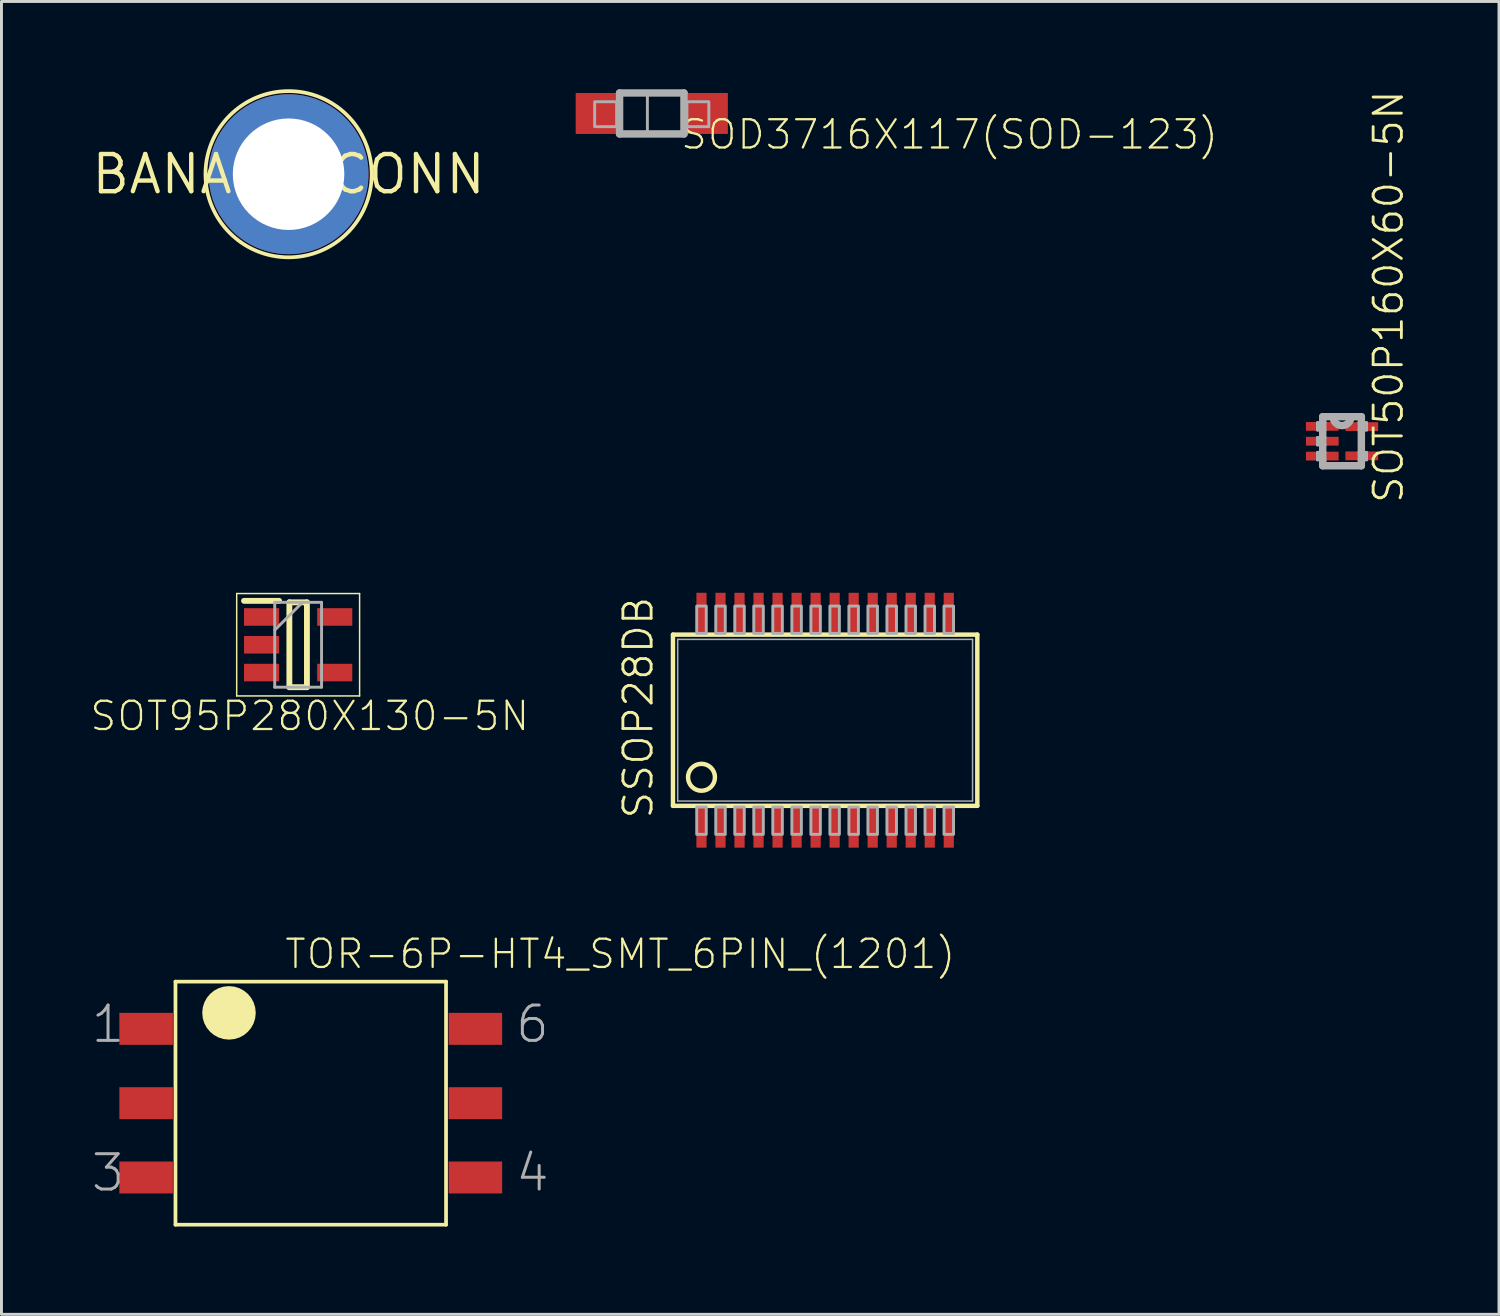
<source format=kicad_pcb>
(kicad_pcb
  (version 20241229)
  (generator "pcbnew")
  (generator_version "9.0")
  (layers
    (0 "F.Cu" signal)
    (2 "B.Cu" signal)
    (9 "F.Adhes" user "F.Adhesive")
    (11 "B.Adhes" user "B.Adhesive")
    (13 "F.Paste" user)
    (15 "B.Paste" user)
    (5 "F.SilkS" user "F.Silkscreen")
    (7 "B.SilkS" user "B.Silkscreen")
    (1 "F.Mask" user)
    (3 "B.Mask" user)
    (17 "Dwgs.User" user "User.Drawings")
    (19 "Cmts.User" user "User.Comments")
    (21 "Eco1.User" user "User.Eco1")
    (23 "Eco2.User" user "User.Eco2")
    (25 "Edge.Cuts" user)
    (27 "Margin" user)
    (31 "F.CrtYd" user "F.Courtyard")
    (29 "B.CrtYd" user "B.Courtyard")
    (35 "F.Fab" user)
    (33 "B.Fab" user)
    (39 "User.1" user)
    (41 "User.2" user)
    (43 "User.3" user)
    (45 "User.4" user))
  (footprint "TOR-6P-HT4_SMT_6PIN_(1201)"
    (layer "F.Cu")
    (at 7.569 34.647)
    (property "Reference" "TOR-6P-HT4_SMT_6PIN_(1201)" (at -0.94 -4.534 0) (layer "F.SilkS") (effects (font (size 0.965 0.965) (thickness 0.077)) (justify left bottom)))
    (attr through_hole)
    (fp_line (start -4.623 -4.153) (end -4.623 4.153) (stroke (width 0.127) (type solid)) (layer "F.SilkS"))
    (fp_line (start -4.623 -4.153) (end 4.623 -4.153) (stroke (width 0.127) (type solid)) (layer "F.SilkS"))
    (fp_line (start -4.623 4.153) (end 4.623 4.153) (stroke (width 0.127) (type solid)) (layer "F.SilkS"))
    (fp_line (start 4.623 -4.153) (end 4.623 4.153) (stroke (width 0.127) (type solid)) (layer "F.SilkS"))
    (fp_circle (center -2.794 -3.086) (end -2.337 -3.086) (stroke (width 0.914) (type solid)) (fill no) (layer "F.SilkS"))
    (fp_text user "6" (at 6.934 -1.994 0) (layer "F.Fab") (effects (font (size 1.206 1.206) (thickness 0.102)) (justify left bottom)))
    (fp_text user "4" (at 6.934 3.086 0) (layer "F.Fab") (effects (font (size 1.206 1.206) (thickness 0.102)) (justify left bottom)))
    (fp_text user "3" (at -7.569 3.086 0) (layer "F.Fab") (effects (font (size 1.206 1.206) (thickness 0.102)) (justify left bottom)))
    (fp_text user "1" (at -7.569 -1.994 0) (layer "F.Fab") (effects (font (size 1.206 1.206) (thickness 0.102)) (justify left bottom)))
    (pad "1" smd rect (at -5.626 -2.54) (size 1.829 1.092) (layers "F.Cu" "F.Mask" "F.Paste"))
    (pad "2" smd rect (at -5.626 0) (size 1.829 1.092) (layers "F.Cu" "F.Mask" "F.Paste"))
    (pad "3" smd rect (at -5.626 2.54) (size 1.829 1.092) (layers "F.Cu" "F.Mask" "F.Paste"))
    (pad "4" smd rect (at 5.626 2.54) (size 1.829 1.092) (layers "F.Cu" "F.Mask" "F.Paste"))
    (pad "5" smd rect (at 5.626 0) (size 1.829 1.092) (layers "F.Cu" "F.Mask" "F.Paste"))
    (pad "6" smd rect (at 5.626 -2.54) (size 1.829 1.092) (layers "F.Cu" "F.Mask" "F.Paste")))
  (footprint "SOD3716X117(SOD-123)"
    (layer "F.Cu")
    (at 19.222 0.878)
    (property "Reference" "SOD3716X117(SOD-123)" (at 0.93 1.233 180) (layer "F.SilkS") (effects (font (size 0.965 0.965) (thickness 0.077)) (justify left bottom)))
    (attr through_hole)
    (fp_line (start -1.1 -0.751) (end 1.1 -0.751) (stroke (width 0.254) (type solid)) (layer "F.Fab"))
    (fp_line (start -1.1 0.649) (end -1.1 -0.751) (stroke (width 0.254) (type solid)) (layer "F.Fab"))
    (fp_line (start 1.1 -0.751) (end 1.1 0.649) (stroke (width 0.254) (type solid)) (layer "F.Fab"))
    (fp_line (start 1.1 0.649) (end -1.1 0.649) (stroke (width 0.254) (type solid)) (layer "F.Fab"))
    (fp_poly (pts (xy -1.952 0.4) (xy -1.2 0.4) (xy -1.2 -0.451) (xy -1.952 -0.451)) (stroke (width 0.1) (type solid)) (fill no) (layer "F.Fab"))
    (fp_poly (pts (xy -1.05 0.599) (xy -0.15 0.599) (xy -0.15 -0.751) (xy -1.05 -0.751)) (stroke (width 0.1) (type solid)) (fill no) (layer "F.Fab"))
    (fp_poly (pts (xy 1.201 0.4) (xy 1.95 0.4) (xy 1.95 -0.451) (xy 1.201 -0.451)) (stroke (width 0.1) (type solid)) (fill no) (layer "F.Fab"))
    (pad "1" smd rect (at -1.9 -0.051) (size 1.4 1.4) (layers "F.Cu" "F.Mask" "F.Paste"))
    (pad "2" smd rect (at 1.9 -0.051) (size 1.4 1.4) (layers "F.Cu" "F.Mask" "F.Paste")))
  (footprint "SSOP28DB"
    (layer "F.Cu")
    (at 25.146 21.561)
    (property "Reference" "SSOP28DB" (at -5.823 3.426 90) (layer "F.SilkS") (effects (font (size 0.965 0.965) (thickness 0.097)) (justify left bottom)))
    (attr through_hole)
    (fp_line (start -5.2 -2.925) (end 5.2 -2.925) (stroke (width 0.152) (type solid)) (layer "F.SilkS"))
    (fp_line (start -5.2 2.925) (end -5.2 -2.925) (stroke (width 0.152) (type solid)) (layer "F.SilkS"))
    (fp_line (start 5.2 -2.925) (end 5.2 2.925) (stroke (width 0.152) (type solid)) (layer "F.SilkS"))
    (fp_line (start 5.2 2.925) (end -5.2 2.925) (stroke (width 0.152) (type solid)) (layer "F.SilkS"))
    (fp_circle (center -4.225 1.95) (end -3.765 1.95) (stroke (width 0.152) (type solid)) (fill no) (layer "F.SilkS"))
    (fp_line (start -5.038 -2.763) (end 5.038 -2.763) (stroke (width 0.051) (type solid)) (layer "F.Fab"))
    (fp_line (start -5.038 2.763) (end -5.038 -2.763) (stroke (width 0.051) (type solid)) (layer "F.Fab"))
    (fp_line (start 5.038 -2.763) (end 5.038 2.763) (stroke (width 0.051) (type solid)) (layer "F.Fab"))
    (fp_line (start 5.038 2.763) (end -5.038 2.763) (stroke (width 0.051) (type solid)) (layer "F.Fab"))
    (fp_poly (pts (xy -4.388 -2.966) (xy -4.062 -2.966) (xy -4.062 -3.9) (xy -4.388 -3.9)) (stroke (width 0.1) (type solid)) (fill no) (layer "F.Fab"))
    (fp_poly (pts (xy -4.388 3.9) (xy -4.062 3.9) (xy -4.062 2.966) (xy -4.388 2.966)) (stroke (width 0.1) (type solid)) (fill no) (layer "F.Fab"))
    (fp_poly (pts (xy -3.737 -2.966) (xy -3.413 -2.966) (xy -3.413 -3.9) (xy -3.737 -3.9)) (stroke (width 0.1) (type solid)) (fill no) (layer "F.Fab"))
    (fp_poly (pts (xy -3.737 3.9) (xy -3.413 3.9) (xy -3.413 2.966) (xy -3.737 2.966)) (stroke (width 0.1) (type solid)) (fill no) (layer "F.Fab"))
    (fp_poly (pts (xy -3.087 -2.966) (xy -2.763 -2.966) (xy -2.763 -3.9) (xy -3.087 -3.9)) (stroke (width 0.1) (type solid)) (fill no) (layer "F.Fab"))
    (fp_poly (pts (xy -3.087 3.9) (xy -2.763 3.9) (xy -2.763 2.966) (xy -3.087 2.966)) (stroke (width 0.1) (type solid)) (fill no) (layer "F.Fab"))
    (fp_poly (pts (xy -2.438 -2.966) (xy -2.112 -2.966) (xy -2.112 -3.9) (xy -2.438 -3.9)) (stroke (width 0.1) (type solid)) (fill no) (layer "F.Fab"))
    (fp_poly (pts (xy -2.438 3.9) (xy -2.112 3.9) (xy -2.112 2.966) (xy -2.438 2.966)) (stroke (width 0.1) (type solid)) (fill no) (layer "F.Fab"))
    (fp_poly (pts (xy -1.788 -2.966) (xy -1.462 -2.966) (xy -1.462 -3.9) (xy -1.788 -3.9)) (stroke (width 0.1) (type solid)) (fill no) (layer "F.Fab"))
    (fp_poly (pts (xy -1.788 3.9) (xy -1.462 3.9) (xy -1.462 2.966) (xy -1.788 2.966)) (stroke (width 0.1) (type solid)) (fill no) (layer "F.Fab"))
    (fp_poly (pts (xy -1.137 -2.966) (xy -0.812 -2.966) (xy -0.812 -3.9) (xy -1.137 -3.9)) (stroke (width 0.1) (type solid)) (fill no) (layer "F.Fab"))
    (fp_poly (pts (xy -1.137 3.9) (xy -0.812 3.9) (xy -0.812 2.966) (xy -1.137 2.966)) (stroke (width 0.1) (type solid)) (fill no) (layer "F.Fab"))
    (fp_poly (pts (xy -0.487 -2.966) (xy -0.163 -2.966) (xy -0.163 -3.9) (xy -0.487 -3.9)) (stroke (width 0.1) (type solid)) (fill no) (layer "F.Fab"))
    (fp_poly (pts (xy -0.487 3.9) (xy -0.163 3.9) (xy -0.163 2.966) (xy -0.487 2.966)) (stroke (width 0.1) (type solid)) (fill no) (layer "F.Fab"))
    (fp_poly (pts (xy 0.163 -2.966) (xy 0.487 -2.966) (xy 0.487 -3.9) (xy 0.163 -3.9)) (stroke (width 0.1) (type solid)) (fill no) (layer "F.Fab"))
    (fp_poly (pts (xy 0.163 3.9) (xy 0.487 3.9) (xy 0.487 2.966) (xy 0.163 2.966)) (stroke (width 0.1) (type solid)) (fill no) (layer "F.Fab"))
    (fp_poly (pts (xy 0.812 -2.966) (xy 1.137 -2.966) (xy 1.137 -3.9) (xy 0.812 -3.9)) (stroke (width 0.1) (type solid)) (fill no) (layer "F.Fab"))
    (fp_poly (pts (xy 0.812 3.9) (xy 1.137 3.9) (xy 1.137 2.966) (xy 0.812 2.966)) (stroke (width 0.1) (type solid)) (fill no) (layer "F.Fab"))
    (fp_poly (pts (xy 1.462 -2.966) (xy 1.788 -2.966) (xy 1.788 -3.9) (xy 1.462 -3.9)) (stroke (width 0.1) (type solid)) (fill no) (layer "F.Fab"))
    (fp_poly (pts (xy 1.462 3.9) (xy 1.788 3.9) (xy 1.788 2.966) (xy 1.462 2.966)) (stroke (width 0.1) (type solid)) (fill no) (layer "F.Fab"))
    (fp_poly (pts (xy 2.112 -2.966) (xy 2.438 -2.966) (xy 2.438 -3.9) (xy 2.112 -3.9)) (stroke (width 0.1) (type solid)) (fill no) (layer "F.Fab"))
    (fp_poly (pts (xy 2.112 3.9) (xy 2.438 3.9) (xy 2.438 2.966) (xy 2.112 2.966)) (stroke (width 0.1) (type solid)) (fill no) (layer "F.Fab"))
    (fp_poly (pts (xy 2.763 -2.966) (xy 3.087 -2.966) (xy 3.087 -3.9) (xy 2.763 -3.9)) (stroke (width 0.1) (type solid)) (fill no) (layer "F.Fab"))
    (fp_poly (pts (xy 2.763 3.9) (xy 3.087 3.9) (xy 3.087 2.966) (xy 2.763 2.966)) (stroke (width 0.1) (type solid)) (fill no) (layer "F.Fab"))
    (fp_poly (pts (xy 3.413 -2.966) (xy 3.737 -2.966) (xy 3.737 -3.9) (xy 3.413 -3.9)) (stroke (width 0.1) (type solid)) (fill no) (layer "F.Fab"))
    (fp_poly (pts (xy 3.413 3.9) (xy 3.737 3.9) (xy 3.737 2.966) (xy 3.413 2.966)) (stroke (width 0.1) (type solid)) (fill no) (layer "F.Fab"))
    (fp_poly (pts (xy 4.062 -2.966) (xy 4.388 -2.966) (xy 4.388 -3.9) (xy 4.062 -3.9)) (stroke (width 0.1) (type solid)) (fill no) (layer "F.Fab"))
    (fp_poly (pts (xy 4.062 3.9) (xy 4.388 3.9) (xy 4.388 2.966) (xy 4.062 2.966)) (stroke (width 0.1) (type solid)) (fill no) (layer "F.Fab"))
    (pad "1" smd rect (at -4.225 3.656) (size 0.348 1.397) (layers "F.Cu" "F.Mask" "F.Paste"))
    (pad "2" smd rect (at -3.575 3.656) (size 0.348 1.397) (layers "F.Cu" "F.Mask" "F.Paste"))
    (pad "3" smd rect (at -2.925 3.656) (size 0.348 1.397) (layers "F.Cu" "F.Mask" "F.Paste"))
    (pad "4" smd rect (at -2.275 3.656) (size 0.348 1.397) (layers "F.Cu" "F.Mask" "F.Paste"))
    (pad "5" smd rect (at -1.625 3.656) (size 0.348 1.397) (layers "F.Cu" "F.Mask" "F.Paste"))
    (pad "6" smd rect (at -0.975 3.656) (size 0.348 1.397) (layers "F.Cu" "F.Mask" "F.Paste"))
    (pad "7" smd rect (at -0.325 3.656) (size 0.348 1.397) (layers "F.Cu" "F.Mask" "F.Paste"))
    (pad "8" smd rect (at 0.325 3.656) (size 0.348 1.397) (layers "F.Cu" "F.Mask" "F.Paste"))
    (pad "9" smd rect (at 0.975 3.656) (size 0.348 1.397) (layers "F.Cu" "F.Mask" "F.Paste"))
    (pad "10" smd rect (at 1.625 3.656) (size 0.348 1.397) (layers "F.Cu" "F.Mask" "F.Paste"))
    (pad "11" smd rect (at 2.275 3.656) (size 0.348 1.397) (layers "F.Cu" "F.Mask" "F.Paste"))
    (pad "12" smd rect (at 2.925 3.656) (size 0.348 1.397) (layers "F.Cu" "F.Mask" "F.Paste"))
    (pad "13" smd rect (at 3.575 3.656) (size 0.348 1.397) (layers "F.Cu" "F.Mask" "F.Paste"))
    (pad "14" smd rect (at 4.225 3.656) (size 0.348 1.397) (layers "F.Cu" "F.Mask" "F.Paste"))
    (pad "15" smd rect (at 4.225 -3.656) (size 0.348 1.397) (layers "F.Cu" "F.Mask" "F.Paste"))
    (pad "16" smd rect (at 3.575 -3.656) (size 0.348 1.397) (layers "F.Cu" "F.Mask" "F.Paste"))
    (pad "17" smd rect (at 2.925 -3.656) (size 0.348 1.397) (layers "F.Cu" "F.Mask" "F.Paste"))
    (pad "18" smd rect (at 2.275 -3.656) (size 0.348 1.397) (layers "F.Cu" "F.Mask" "F.Paste"))
    (pad "19" smd rect (at 1.625 -3.656) (size 0.348 1.397) (layers "F.Cu" "F.Mask" "F.Paste"))
    (pad "20" smd rect (at 0.975 -3.656) (size 0.348 1.397) (layers "F.Cu" "F.Mask" "F.Paste"))
    (pad "21" smd rect (at 0.325 -3.656) (size 0.348 1.397) (layers "F.Cu" "F.Mask" "F.Paste"))
    (pad "22" smd rect (at -0.325 -3.656) (size 0.348 1.397) (layers "F.Cu" "F.Mask" "F.Paste"))
    (pad "23" smd rect (at -0.975 -3.656) (size 0.348 1.397) (layers "F.Cu" "F.Mask" "F.Paste"))
    (pad "24" smd rect (at -1.625 -3.656) (size 0.348 1.397) (layers "F.Cu" "F.Mask" "F.Paste"))
    (pad "25" smd rect (at -2.275 -3.656) (size 0.348 1.397) (layers "F.Cu" "F.Mask" "F.Paste"))
    (pad "26" smd rect (at -2.925 -3.656) (size 0.348 1.397) (layers "F.Cu" "F.Mask" "F.Paste"))
    (pad "27" smd rect (at -3.575 -3.656) (size 0.348 1.397) (layers "F.Cu" "F.Mask" "F.Paste"))
    (pad "28" smd rect (at -4.225 -3.656) (size 0.348 1.397) (layers "F.Cu" "F.Mask" "F.Paste")))
  (footprint "BANANA_CONN"
    (layer "F.Cu")
    (at 6.811 2.903)
    (property "Reference" "BANANA_CONN" (at 0 0 0) (layer "F.SilkS") (effects (font (size 1.27 1.27) (thickness 0.15))))
    (attr through_hole)
    (fp_circle (center 0 0) (end 2.84 0) (stroke (width 0.127) (type solid)) (fill no) (layer "F.SilkS"))
    (pad "P$1" thru_hole circle (at 0 0) (size 5.461 5.461) (drill 3.81) (layers "*.Cu" "*.Mask")))
  (footprint "SOT95P280X130-5N"
    (layer "F.Cu")
    (at 7.138 18.982)
    (property "Reference" "SOT95P280X130-5N" (at 0.396 2.436 0) (layer "F.SilkS") (effects (font (size 0.965 0.965) (thickness 0.077))))
    (attr through_hole)
    (fp_line (start -2.1 -1.75) (end 2.1 -1.75) (stroke (width 0.05) (type solid)) (layer "F.SilkS"))
    (fp_line (start -2.1 1.75) (end -2.1 -1.75) (stroke (width 0.05) (type solid)) (layer "F.SilkS"))
    (fp_line (start -1.85 -1.5) (end -0.65 -1.5) (stroke (width 0.2) (type solid)) (layer "F.SilkS"))
    (fp_line (start -0.3 -1.45) (end 0.3 -1.45) (stroke (width 0.2) (type solid)) (layer "F.SilkS"))
    (fp_line (start -0.3 1.45) (end -0.3 -1.45) (stroke (width 0.2) (type solid)) (layer "F.SilkS"))
    (fp_line (start 0.3 -1.45) (end 0.3 1.45) (stroke (width 0.2) (type solid)) (layer "F.SilkS"))
    (fp_line (start 0.3 1.45) (end -0.3 1.45) (stroke (width 0.2) (type solid)) (layer "F.SilkS"))
    (fp_line (start 2.1 -1.75) (end 2.1 1.75) (stroke (width 0.05) (type solid)) (layer "F.SilkS"))
    (fp_line (start 2.1 1.75) (end -2.1 1.75) (stroke (width 0.05) (type solid)) (layer "F.SilkS"))
    (fp_line (start -0.8 -1.45) (end 0.8 -1.45) (stroke (width 0.1) (type solid)) (layer "F.Fab"))
    (fp_line (start -0.8 -0.5) (end 0.15 -1.45) (stroke (width 0.1) (type solid)) (layer "F.Fab"))
    (fp_line (start -0.8 1.45) (end -0.8 -1.45) (stroke (width 0.1) (type solid)) (layer "F.Fab"))
    (fp_line (start 0.8 -1.45) (end 0.8 1.45) (stroke (width 0.1) (type solid)) (layer "F.Fab"))
    (fp_line (start 0.8 1.45) (end -0.8 1.45) (stroke (width 0.1) (type solid)) (layer "F.Fab"))
    (pad "1" smd rect (at -1.25 -0.95) (size 1.2 0.6) (layers "F.Cu" "F.Mask" "F.Paste"))
    (pad "2" smd rect (at -1.25 0) (size 1.2 0.6) (layers "F.Cu" "F.Mask" "F.Paste"))
    (pad "3" smd rect (at -1.25 0.95) (size 1.2 0.6) (layers "F.Cu" "F.Mask" "F.Paste"))
    (pad "4" smd rect (at 1.25 0.95) (size 1.2 0.6) (layers "F.Cu" "F.Mask" "F.Paste"))
    (pad "5" smd rect (at 1.25 -0.95) (size 1.2 0.6) (layers "F.Cu" "F.Mask" "F.Paste")))
  (footprint "SOT50P160X60-5N"
    (layer "F.Cu")
    (at 42.809 12.027)
    (property "Reference" "SOT50P160X60-5N" (at 2.151 2.18 90) (layer "F.SilkS") (effects (font (size 0.965 0.965) (thickness 0.097)) (justify left bottom)))
    (attr through_hole)
    (fp_line (start -0.838 -0.635) (end -0.838 -0.381) (stroke (width 0.1) (type solid)) (layer "F.Fab"))
    (fp_line (start -0.838 -0.381) (end -0.66 -0.381) (stroke (width 0.1) (type solid)) (layer "F.Fab"))
    (fp_line (start -0.838 -0.127) (end -0.838 0.127) (stroke (width 0.1) (type solid)) (layer "F.Fab"))
    (fp_line (start -0.838 0.127) (end -0.66 0.127) (stroke (width 0.1) (type solid)) (layer "F.Fab"))
    (fp_line (start -0.838 0.381) (end -0.838 0.635) (stroke (width 0.1) (type solid)) (layer "F.Fab"))
    (fp_line (start -0.838 0.635) (end -0.66 0.635) (stroke (width 0.1) (type solid)) (layer "F.Fab"))
    (fp_line (start -0.66 -0.838) (end -0.66 -0.635) (stroke (width 0.254) (type solid)) (layer "F.Fab"))
    (fp_line (start -0.66 -0.635) (end -0.838 -0.635) (stroke (width 0.1) (type solid)) (layer "F.Fab"))
    (fp_line (start -0.66 -0.635) (end -0.66 -0.381) (stroke (width 0.254) (type solid)) (layer "F.Fab"))
    (fp_line (start -0.66 -0.381) (end -0.66 -0.127) (stroke (width 0.254) (type solid)) (layer "F.Fab"))
    (fp_line (start -0.66 -0.127) (end -0.838 -0.127) (stroke (width 0.1) (type solid)) (layer "F.Fab"))
    (fp_line (start -0.66 -0.127) (end -0.66 0.127) (stroke (width 0.254) (type solid)) (layer "F.Fab"))
    (fp_line (start -0.66 0.127) (end -0.66 0.381) (stroke (width 0.254) (type solid)) (layer "F.Fab"))
    (fp_line (start -0.66 0.381) (end -0.838 0.381) (stroke (width 0.1) (type solid)) (layer "F.Fab"))
    (fp_line (start -0.66 0.635) (end -0.66 0.381) (stroke (width 0.254) (type solid)) (layer "F.Fab"))
    (fp_line (start -0.66 0.838) (end -0.66 0.635) (stroke (width 0.254) (type solid)) (layer "F.Fab"))
    (fp_line (start -0.66 0.838) (end 0.66 0.838) (stroke (width 0.254) (type solid)) (layer "F.Fab"))
    (fp_line (start -0.305 -0.838) (end -0.66 -0.838) (stroke (width 0.254) (type solid)) (layer "F.Fab"))
    (fp_line (start 0.305 -0.838) (end -0.305 -0.838) (stroke (width 0.254) (type solid)) (layer "F.Fab"))
    (fp_line (start 0.66 -0.838) (end 0.305 -0.838) (stroke (width 0.254) (type solid)) (layer "F.Fab"))
    (fp_line (start 0.66 -0.838) (end 0.66 -0.635) (stroke (width 0.254) (type solid)) (layer "F.Fab"))
    (fp_line (start 0.66 -0.635) (end 0.66 -0.381) (stroke (width 0.254) (type solid)) (layer "F.Fab"))
    (fp_line (start 0.66 -0.381) (end 0.838 -0.381) (stroke (width 0.1) (type solid)) (layer "F.Fab"))
    (fp_line (start 0.66 0.381) (end 0.66 -0.381) (stroke (width 0.254) (type solid)) (layer "F.Fab"))
    (fp_line (start 0.66 0.635) (end 0.66 0.381) (stroke (width 0.254) (type solid)) (layer "F.Fab"))
    (fp_line (start 0.66 0.635) (end 0.838 0.635) (stroke (width 0.1) (type solid)) (layer "F.Fab"))
    (fp_line (start 0.66 0.838) (end 0.66 0.635) (stroke (width 0.254) (type solid)) (layer "F.Fab"))
    (fp_line (start 0.838 -0.635) (end 0.66 -0.635) (stroke (width 0.1) (type solid)) (layer "F.Fab"))
    (fp_line (start 0.838 -0.381) (end 0.838 -0.635) (stroke (width 0.1) (type solid)) (layer "F.Fab"))
    (fp_line (start 0.838 0.381) (end 0.66 0.381) (stroke (width 0.1) (type solid)) (layer "F.Fab"))
    (fp_line (start 0.838 0.635) (end 0.838 0.381) (stroke (width 0.1) (type solid)) (layer "F.Fab"))
    (fp_arc (start 0.3048 -0.8382) (mid 0 -0.5334) (end -0.3048 -0.8382) (stroke (width 0.254) (type solid)) (layer "F.Fab"))
    (pad "1" smd rect (at -0.675 -0.508) (size 1.118 0.3) (layers "F.Cu" "F.Mask" "F.Paste"))
    (pad "2" smd rect (at -0.675 0) (size 1.118 0.3) (layers "F.Cu" "F.Mask" "F.Paste"))
    (pad "3" smd rect (at -0.675 0.508) (size 1.118 0.3) (layers "F.Cu" "F.Mask" "F.Paste"))
    (pad "4" smd rect (at 0.675 0.5) (size 1.118 0.3) (layers "F.Cu" "F.Mask" "F.Paste"))
    (pad "5" smd rect (at 0.675 -0.5) (size 1.118 0.3) (layers "F.Cu" "F.Mask" "F.Paste")))
  (gr_rect
    (start -3 -3)
    (end 48.173 41.863)
    (stroke (width 0.1) (type default))
    (fill no)
    (layer "Edge.Cuts")))
</source>
